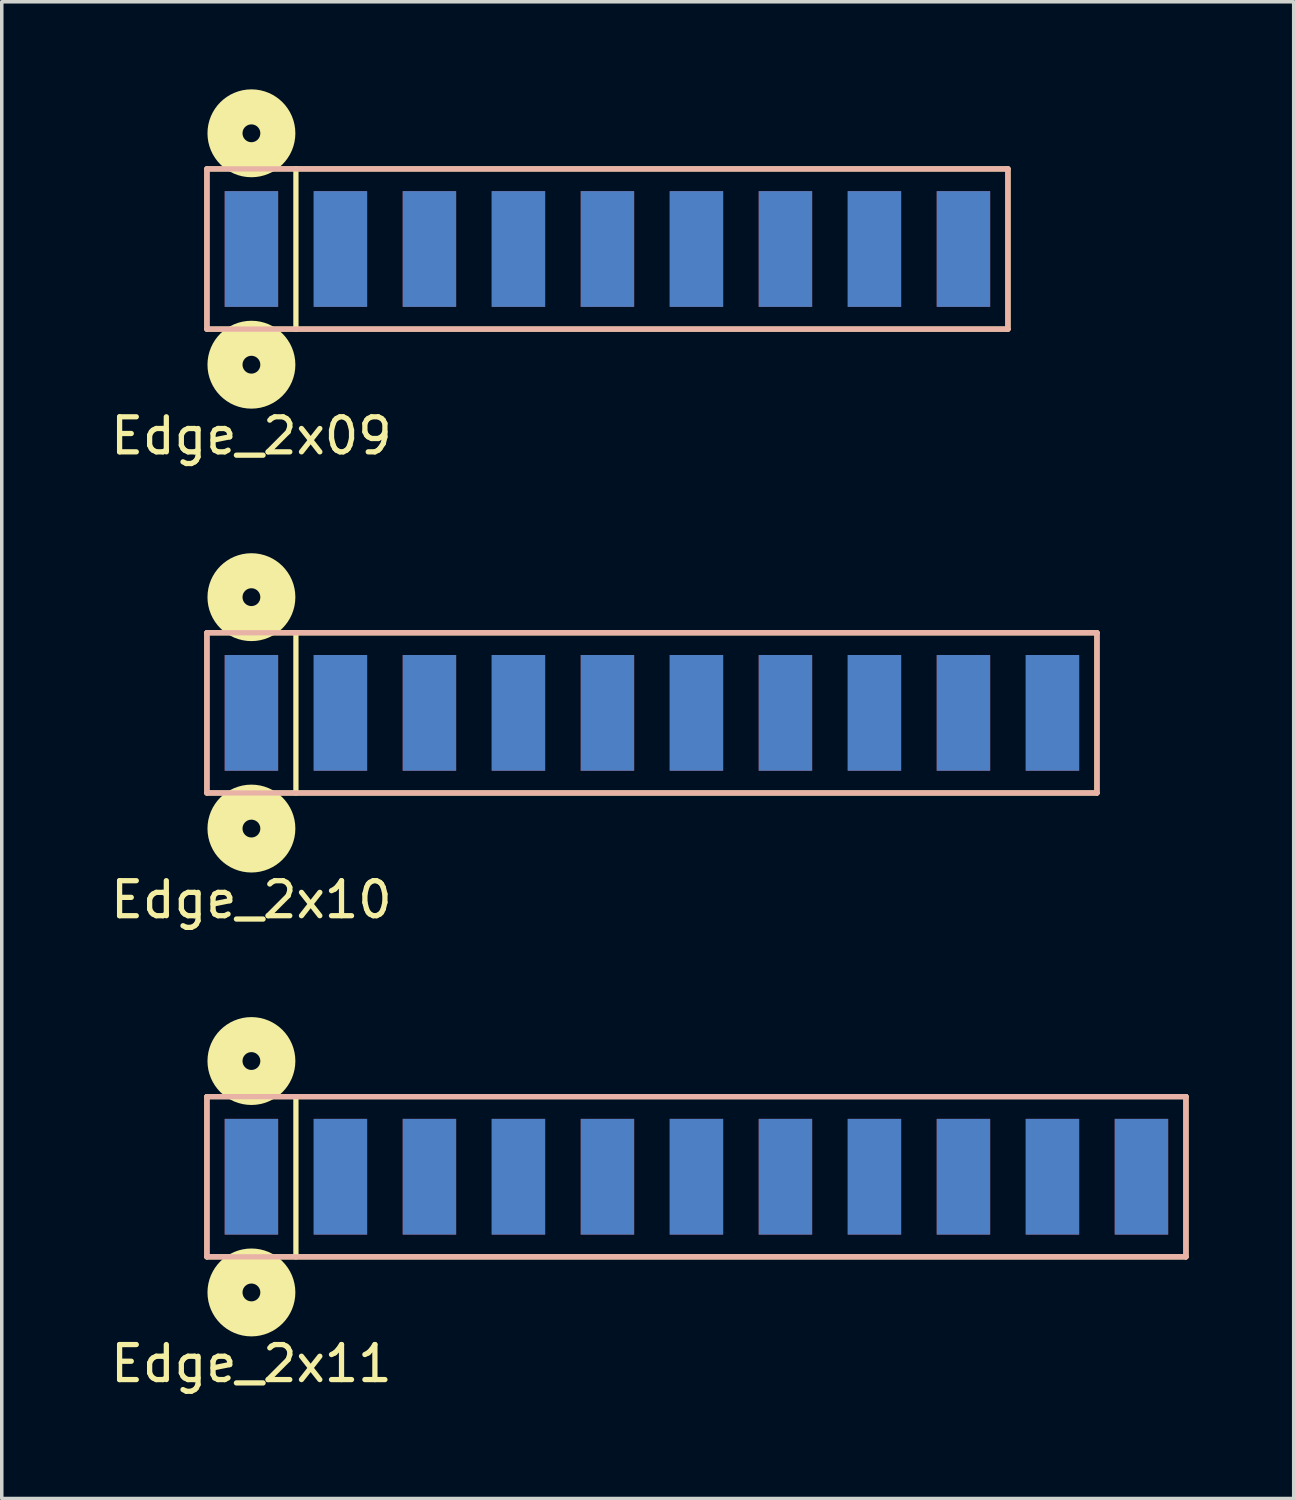
<source format=kicad_pcb>
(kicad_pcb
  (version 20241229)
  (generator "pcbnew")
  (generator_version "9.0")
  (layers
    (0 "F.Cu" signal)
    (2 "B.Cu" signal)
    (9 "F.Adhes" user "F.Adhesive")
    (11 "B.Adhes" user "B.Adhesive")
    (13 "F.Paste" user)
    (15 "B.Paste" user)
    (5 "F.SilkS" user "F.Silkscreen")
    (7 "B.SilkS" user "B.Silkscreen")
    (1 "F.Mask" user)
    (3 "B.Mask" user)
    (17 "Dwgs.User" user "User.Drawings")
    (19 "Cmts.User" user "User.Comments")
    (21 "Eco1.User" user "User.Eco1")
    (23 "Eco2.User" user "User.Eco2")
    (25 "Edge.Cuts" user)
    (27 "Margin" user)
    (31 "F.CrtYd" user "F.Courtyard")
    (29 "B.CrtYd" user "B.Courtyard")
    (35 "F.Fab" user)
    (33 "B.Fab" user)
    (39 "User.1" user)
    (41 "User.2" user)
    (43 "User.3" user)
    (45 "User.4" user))
  (footprint "Edge_2x10"
    (layer "F.Cu")
    (at 4.125 17.294)
    (property "Reference" "Edge_2x10" (at 0 5.334 0) (layer "F.SilkS") (effects (font (size 1 1) (thickness 0.15))))
    (attr through_hole)
    (fp_line (start -1.27 -2.286) (end -1.27 2.286) (stroke (width 0.15) (type solid)) (layer "F.SilkS"))
    (fp_line (start -1.27 2.286) (end 24.13 2.286) (stroke (width 0.15) (type solid)) (layer "F.SilkS"))
    (fp_line (start 1.27 2.286) (end 1.27 -2.286) (stroke (width 0.15) (type solid)) (layer "F.SilkS"))
    (fp_line (start 24.13 -2.286) (end -1.27 -2.286) (stroke (width 0.15) (type solid)) (layer "F.SilkS"))
    (fp_line (start 24.13 2.286) (end 24.13 -2.286) (stroke (width 0.15) (type solid)) (layer "F.SilkS"))
    (fp_circle (center 0 -3.302) (end 0.254 -3.302) (stroke (width 1) (type solid)) (fill no) (layer "F.SilkS"))
    (fp_circle (center 0 3.302) (end 0.254 3.302) (stroke (width 1) (type solid)) (fill no) (layer "F.SilkS"))
    (fp_line (start -1.27 -2.286) (end -1.27 2.286) (stroke (width 0.15) (type solid)) (layer "B.SilkS"))
    (fp_line (start -1.27 2.286) (end 24.13 2.286) (stroke (width 0.15) (type solid)) (layer "B.SilkS"))
    (fp_line (start 24.13 -2.286) (end -1.27 -2.286) (stroke (width 0.15) (type solid)) (layer "B.SilkS"))
    (fp_line (start 24.13 2.286) (end 24.13 -2.286) (stroke (width 0.15) (type solid)) (layer "B.SilkS"))
    (pad "1" smd rect (at 0 0) (size 1.524 3.302) (layers "F.Cu" "F.Mask" "F.Paste"))
    (pad "2" smd rect (at 0 0) (size 1.524 3.302) (layers "B.Cu" "B.Mask" "B.Paste"))
    (pad "3" smd rect (at 2.54 0) (size 1.524 3.302) (layers "F.Cu" "F.Mask" "F.Paste"))
    (pad "4" smd rect (at 2.54 0) (size 1.524 3.302) (layers "B.Cu" "B.Mask" "B.Paste"))
    (pad "5" smd rect (at 5.08 0) (size 1.524 3.302) (layers "F.Cu" "F.Mask" "F.Paste"))
    (pad "6" smd rect (at 5.08 0) (size 1.524 3.302) (layers "B.Cu" "B.Mask" "B.Paste"))
    (pad "7" smd rect (at 7.62 0) (size 1.524 3.302) (layers "F.Cu" "F.Mask" "F.Paste"))
    (pad "8" smd rect (at 7.62 0) (size 1.524 3.302) (layers "B.Cu" "B.Mask" "B.Paste"))
    (pad "9" smd rect (at 10.16 0) (size 1.524 3.302) (layers "F.Cu" "F.Mask" "F.Paste"))
    (pad "10" smd rect (at 10.16 0) (size 1.524 3.302) (layers "B.Cu" "B.Mask" "B.Paste"))
    (pad "11" smd rect (at 12.7 0) (size 1.524 3.302) (layers "F.Cu" "F.Mask" "F.Paste"))
    (pad "12" smd rect (at 12.7 0) (size 1.524 3.302) (layers "B.Cu" "B.Mask" "B.Paste"))
    (pad "13" smd rect (at 15.24 0) (size 1.524 3.302) (layers "F.Cu" "F.Mask" "F.Paste"))
    (pad "14" smd rect (at 15.24 0) (size 1.524 3.302) (layers "B.Cu" "B.Mask" "B.Paste"))
    (pad "15" smd rect (at 17.78 0) (size 1.524 3.302) (layers "F.Cu" "F.Mask" "F.Paste"))
    (pad "16" smd rect (at 17.78 0) (size 1.524 3.302) (layers "B.Cu" "B.Mask" "B.Paste"))
    (pad "17" smd rect (at 20.32 0) (size 1.524 3.302) (layers "F.Cu" "F.Mask" "F.Paste"))
    (pad "18" smd rect (at 20.32 0) (size 1.524 3.302) (layers "B.Cu" "B.Mask" "B.Paste"))
    (pad "19" smd rect (at 22.86 0) (size 1.524 3.302) (layers "F.Cu" "F.Mask" "F.Paste"))
    (pad "20" smd rect (at 22.86 0) (size 1.524 3.302) (layers "B.Cu" "B.Mask" "B.Paste")))
  (footprint "Edge_2x09"
    (layer "F.Cu")
    (at 4.125 4.056)
    (property "Reference" "Edge_2x09" (at 0 5.334 0) (layer "F.SilkS") (effects (font (size 1 1) (thickness 0.15))))
    (attr through_hole)
    (fp_line (start -1.27 -2.286) (end -1.27 2.286) (stroke (width 0.15) (type solid)) (layer "F.SilkS"))
    (fp_line (start -1.27 2.286) (end 21.59 2.286) (stroke (width 0.15) (type solid)) (layer "F.SilkS"))
    (fp_line (start 1.27 2.286) (end 1.27 -2.286) (stroke (width 0.15) (type solid)) (layer "F.SilkS"))
    (fp_line (start 21.59 -2.286) (end -1.27 -2.286) (stroke (width 0.15) (type solid)) (layer "F.SilkS"))
    (fp_line (start 21.59 2.286) (end 21.59 -2.286) (stroke (width 0.15) (type solid)) (layer "F.SilkS"))
    (fp_circle (center 0 -3.302) (end 0.254 -3.302) (stroke (width 1) (type solid)) (fill no) (layer "F.SilkS"))
    (fp_circle (center 0 3.302) (end 0.254 3.302) (stroke (width 1) (type solid)) (fill no) (layer "F.SilkS"))
    (fp_line (start -1.27 -2.286) (end -1.27 2.286) (stroke (width 0.15) (type solid)) (layer "B.SilkS"))
    (fp_line (start -1.27 2.286) (end 21.59 2.286) (stroke (width 0.15) (type solid)) (layer "B.SilkS"))
    (fp_line (start 21.59 -2.286) (end -1.27 -2.286) (stroke (width 0.15) (type solid)) (layer "B.SilkS"))
    (fp_line (start 21.59 2.286) (end 21.59 -2.286) (stroke (width 0.15) (type solid)) (layer "B.SilkS"))
    (pad "1" smd rect (at 0 0) (size 1.524 3.302) (layers "F.Cu" "F.Mask" "F.Paste"))
    (pad "2" smd rect (at 0 0) (size 1.524 3.302) (layers "B.Cu" "B.Mask" "B.Paste"))
    (pad "3" smd rect (at 2.54 0) (size 1.524 3.302) (layers "F.Cu" "F.Mask" "F.Paste"))
    (pad "4" smd rect (at 2.54 0) (size 1.524 3.302) (layers "B.Cu" "B.Mask" "B.Paste"))
    (pad "5" smd rect (at 5.08 0) (size 1.524 3.302) (layers "F.Cu" "F.Mask" "F.Paste"))
    (pad "6" smd rect (at 5.08 0) (size 1.524 3.302) (layers "B.Cu" "B.Mask" "B.Paste"))
    (pad "7" smd rect (at 7.62 0) (size 1.524 3.302) (layers "F.Cu" "F.Mask" "F.Paste"))
    (pad "8" smd rect (at 7.62 0) (size 1.524 3.302) (layers "B.Cu" "B.Mask" "B.Paste"))
    (pad "9" smd rect (at 10.16 0) (size 1.524 3.302) (layers "F.Cu" "F.Mask" "F.Paste"))
    (pad "10" smd rect (at 10.16 0) (size 1.524 3.302) (layers "B.Cu" "B.Mask" "B.Paste"))
    (pad "11" smd rect (at 12.7 0) (size 1.524 3.302) (layers "F.Cu" "F.Mask" "F.Paste"))
    (pad "12" smd rect (at 12.7 0) (size 1.524 3.302) (layers "B.Cu" "B.Mask" "B.Paste"))
    (pad "13" smd rect (at 15.24 0) (size 1.524 3.302) (layers "F.Cu" "F.Mask" "F.Paste"))
    (pad "14" smd rect (at 15.24 0) (size 1.524 3.302) (layers "B.Cu" "B.Mask" "B.Paste"))
    (pad "15" smd rect (at 17.78 0) (size 1.524 3.302) (layers "F.Cu" "F.Mask" "F.Paste"))
    (pad "16" smd rect (at 17.78 0) (size 1.524 3.302) (layers "B.Cu" "B.Mask" "B.Paste"))
    (pad "17" smd rect (at 20.32 0) (size 1.524 3.302) (layers "F.Cu" "F.Mask" "F.Paste"))
    (pad "18" smd rect (at 20.32 0) (size 1.524 3.302) (layers "B.Cu" "B.Mask" "B.Paste")))
  (footprint "Edge_2x11"
    (layer "F.Cu")
    (at 4.125 30.532)
    (property "Reference" "Edge_2x11" (at 0 5.334 0) (layer "F.SilkS") (effects (font (size 1 1) (thickness 0.15))))
    (attr through_hole)
    (fp_line (start -1.27 -2.286) (end -1.27 2.286) (stroke (width 0.15) (type solid)) (layer "F.SilkS"))
    (fp_line (start -1.27 2.286) (end 26.67 2.286) (stroke (width 0.15) (type solid)) (layer "F.SilkS"))
    (fp_line (start 1.27 2.286) (end 1.27 -2.286) (stroke (width 0.15) (type solid)) (layer "F.SilkS"))
    (fp_line (start 26.67 -2.286) (end -1.27 -2.286) (stroke (width 0.15) (type solid)) (layer "F.SilkS"))
    (fp_line (start 26.67 2.286) (end 26.67 -2.286) (stroke (width 0.15) (type solid)) (layer "F.SilkS"))
    (fp_circle (center 0 -3.302) (end 0.254 -3.302) (stroke (width 1) (type solid)) (fill no) (layer "F.SilkS"))
    (fp_circle (center 0 3.302) (end 0.254 3.302) (stroke (width 1) (type solid)) (fill no) (layer "F.SilkS"))
    (fp_line (start -1.27 -2.286) (end -1.27 2.286) (stroke (width 0.15) (type solid)) (layer "B.SilkS"))
    (fp_line (start -1.27 2.286) (end 26.67 2.286) (stroke (width 0.15) (type solid)) (layer "B.SilkS"))
    (fp_line (start 26.67 -2.286) (end -1.27 -2.286) (stroke (width 0.15) (type solid)) (layer "B.SilkS"))
    (fp_line (start 26.67 2.286) (end 26.67 -2.286) (stroke (width 0.15) (type solid)) (layer "B.SilkS"))
    (pad "1" smd rect (at 0 0) (size 1.524 3.302) (layers "F.Cu" "F.Mask" "F.Paste"))
    (pad "2" smd rect (at 0 0) (size 1.524 3.302) (layers "B.Cu" "B.Mask" "B.Paste"))
    (pad "3" smd rect (at 2.54 0) (size 1.524 3.302) (layers "F.Cu" "F.Mask" "F.Paste"))
    (pad "4" smd rect (at 2.54 0) (size 1.524 3.302) (layers "B.Cu" "B.Mask" "B.Paste"))
    (pad "5" smd rect (at 5.08 0) (size 1.524 3.302) (layers "F.Cu" "F.Mask" "F.Paste"))
    (pad "6" smd rect (at 5.08 0) (size 1.524 3.302) (layers "B.Cu" "B.Mask" "B.Paste"))
    (pad "7" smd rect (at 7.62 0) (size 1.524 3.302) (layers "F.Cu" "F.Mask" "F.Paste"))
    (pad "8" smd rect (at 7.62 0) (size 1.524 3.302) (layers "B.Cu" "B.Mask" "B.Paste"))
    (pad "9" smd rect (at 10.16 0) (size 1.524 3.302) (layers "F.Cu" "F.Mask" "F.Paste"))
    (pad "10" smd rect (at 10.16 0) (size 1.524 3.302) (layers "B.Cu" "B.Mask" "B.Paste"))
    (pad "11" smd rect (at 12.7 0) (size 1.524 3.302) (layers "F.Cu" "F.Mask" "F.Paste"))
    (pad "12" smd rect (at 12.7 0) (size 1.524 3.302) (layers "B.Cu" "B.Mask" "B.Paste"))
    (pad "13" smd rect (at 15.24 0) (size 1.524 3.302) (layers "F.Cu" "F.Mask" "F.Paste"))
    (pad "14" smd rect (at 15.24 0) (size 1.524 3.302) (layers "B.Cu" "B.Mask" "B.Paste"))
    (pad "15" smd rect (at 17.78 0) (size 1.524 3.302) (layers "F.Cu" "F.Mask" "F.Paste"))
    (pad "16" smd rect (at 17.78 0) (size 1.524 3.302) (layers "B.Cu" "B.Mask" "B.Paste"))
    (pad "17" smd rect (at 20.32 0) (size 1.524 3.302) (layers "F.Cu" "F.Mask" "F.Paste"))
    (pad "18" smd rect (at 20.32 0) (size 1.524 3.302) (layers "B.Cu" "B.Mask" "B.Paste"))
    (pad "19" smd rect (at 22.86 0) (size 1.524 3.302) (layers "F.Cu" "F.Mask" "F.Paste"))
    (pad "20" smd rect (at 22.86 0) (size 1.524 3.302) (layers "B.Cu" "B.Mask" "B.Paste"))
    (pad "21" smd rect (at 25.4 0) (size 1.524 3.302) (layers "F.Cu" "F.Mask" "F.Paste"))
    (pad "22" smd rect (at 25.4 0) (size 1.524 3.302) (layers "B.Cu" "B.Mask" "B.Paste")))
  (gr_rect
    (start -3 -3)
    (end 33.87 39.715)
    (stroke (width 0.1) (type default))
    (fill no)
    (layer "Edge.Cuts")))
</source>
